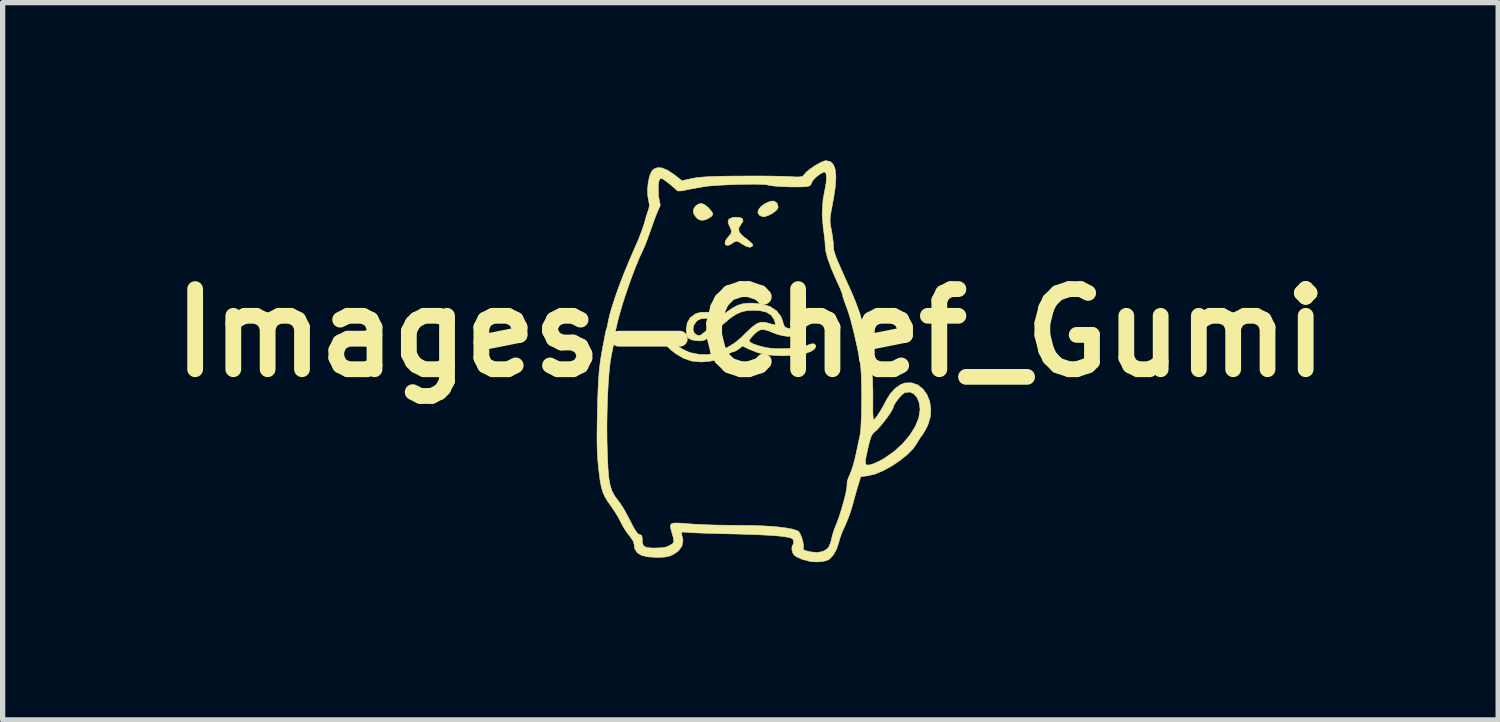
<source format=kicad_pcb>
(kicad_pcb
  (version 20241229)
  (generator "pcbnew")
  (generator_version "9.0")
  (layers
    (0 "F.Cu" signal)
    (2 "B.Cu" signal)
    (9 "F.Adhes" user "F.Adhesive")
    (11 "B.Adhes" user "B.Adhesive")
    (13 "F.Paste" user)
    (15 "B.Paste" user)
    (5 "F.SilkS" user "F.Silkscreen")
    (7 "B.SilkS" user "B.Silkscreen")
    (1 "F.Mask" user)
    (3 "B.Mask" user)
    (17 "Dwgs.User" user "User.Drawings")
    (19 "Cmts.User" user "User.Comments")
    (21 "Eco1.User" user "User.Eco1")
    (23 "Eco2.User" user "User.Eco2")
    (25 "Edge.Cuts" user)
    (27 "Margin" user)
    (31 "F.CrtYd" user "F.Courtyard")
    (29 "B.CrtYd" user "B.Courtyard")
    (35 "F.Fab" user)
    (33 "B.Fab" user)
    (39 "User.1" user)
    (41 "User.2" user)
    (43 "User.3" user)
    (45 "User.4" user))
  (footprint "Images-Chef_Gumi"
    (layer "F.Cu")
    (at 11.22 3.282)
    (property "Reference" "Images-Chef_Gumi" (at 0 0 0) (layer "F.SilkS") (effects (font (size 1.524 1.524) (thickness 0.3))))
    (attr through_hole)
    (fp_poly (pts (xy 0.5 -2.473) (xy 0.513 -2.451) (xy 0.528 -2.396) (xy 0.507 -2.35) (xy 0.493 -2.333) (xy 0.432 -2.284) (xy 0.351 -2.24) (xy 0.274 -2.213) (xy 0.247 -2.21) (xy 0.2 -2.224) (xy 0.168 -2.243) (xy 0.141 -2.288) (xy 0.155 -2.347) (xy 0.206 -2.409) (xy 0.279 -2.461) (xy 0.379 -2.505) (xy 0.451 -2.509) (xy 0.5 -2.473)) (stroke (width 0.01) (type solid)) (fill yes) (layer "F.SilkS"))
    (fp_poly (pts (xy -0.909 -2.457) (xy -0.872 -2.438) (xy -0.808 -2.39) (xy -0.753 -2.33) (xy -0.719 -2.281) (xy -0.716 -2.251) (xy -0.742 -2.219) (xy -0.75 -2.211) (xy -0.811 -2.171) (xy -0.883 -2.147) (xy -0.952 -2.145) (xy -1.009 -2.176) (xy -1.031 -2.197) (xy -1.081 -2.274) (xy -1.084 -2.349) (xy -1.042 -2.415) (xy -1.01 -2.438) (xy -0.954 -2.462) (xy -0.909 -2.457)) (stroke (width 0.01) (type solid)) (fill yes) (layer "F.SilkS"))
    (fp_poly (pts (xy -0.195 -2.195) (xy -0.146 -2.168) (xy -0.142 -2.123) (xy -0.174 -2.074) (xy -0.221 -1.999) (xy -0.217 -1.927) (xy -0.163 -1.859) (xy -0.152 -1.85) (xy -0.057 -1.776) (xy 0.003 -1.726) (xy 0.035 -1.694) (xy 0.046 -1.672) (xy 0.041 -1.655) (xy -0.003 -1.629) (xy -0.073 -1.644) (xy -0.152 -1.689) (xy -0.219 -1.732) (xy -0.263 -1.747) (xy -0.303 -1.734) (xy -0.354 -1.699) (xy -0.42 -1.666) (xy -0.465 -1.671) (xy -0.484 -1.706) (xy -0.472 -1.76) (xy -0.424 -1.824) (xy -0.419 -1.829) (xy -0.37 -1.887) (xy -0.36 -1.943) (xy -0.387 -2.013) (xy -0.4 -2.035) (xy -0.427 -2.11) (xy -0.409 -2.163) (xy -0.346 -2.194) (xy -0.285 -2.202) (xy -0.195 -2.195)) (stroke (width 0.01) (type solid)) (fill yes) (layer "F.SilkS"))
    (fp_poly (pts (xy 0.217 -0.551) (xy 0.374 -0.502) (xy 0.497 -0.421) (xy 0.581 -0.311) (xy 0.613 -0.225) (xy 0.635 -0.151) (xy 0.66 -0.111) (xy 0.702 -0.093) (xy 0.744 -0.085) (xy 0.824 -0.06) (xy 0.858 -0.022) (xy 0.845 0.028) (xy 0.838 0.039) (xy 0.79 0.061) (xy 0.71 0.064) (xy 0.609 0.051) (xy 0.502 0.022) (xy 0.445 -0.00039) (xy 0.331 -0.046) (xy 0.249 -0.066) (xy 0.185 -0.059) (xy 0.126 -0.025) (xy 0.076 0.019) (xy 0.02 0.079) (xy -0.017 0.128) (xy -0.025 0.148) (xy -0.001 0.18) (xy 0.068 0.214) (xy 0.176 0.249) (xy 0.297 0.278) (xy 0.403 0.293) (xy 0.534 0.299) (xy 0.677 0.297) (xy 0.816 0.289) (xy 0.94 0.274) (xy 1.034 0.254) (xy 1.068 0.241) (xy 1.153 0.208) (xy 1.214 0.207) (xy 1.243 0.238) (xy 1.245 0.253) (xy 1.221 0.303) (xy 1.154 0.348) (xy 1.054 0.386) (xy 0.929 0.412) (xy 0.889 0.417) (xy 0.608 0.434) (xy 0.363 0.42) (xy 0.147 0.376) (xy -0.043 0.301) (xy -0.149 0.248) (xy -0.218 0.302) (xy -0.275 0.339) (xy -0.321 0.356) (xy -0.323 0.356) (xy -0.368 0.37) (xy -0.428 0.404) (xy -0.437 0.41) (xy -0.58 0.486) (xy -0.751 0.534) (xy -0.933 0.551) (xy -1.107 0.535) (xy -1.125 0.531) (xy -1.27 0.481) (xy -1.412 0.398) (xy -1.493 0.337) (xy -1.598 0.241) (xy -1.655 0.162) (xy -1.664 0.098) (xy -1.662 0.092) (xy -1.629 0.055) (xy -1.584 0.062) (xy -1.536 0.113) (xy -1.534 0.115) (xy -1.475 0.179) (xy -1.385 0.248) (xy -1.281 0.313) (xy -1.178 0.361) (xy -1.13 0.377) (xy -0.957 0.41) (xy -0.804 0.411) (xy -0.656 0.376) (xy -0.496 0.305) (xy -0.462 0.287) (xy -0.376 0.238) (xy -0.309 0.196) (xy -0.248 0.15) (xy -0.181 0.091) (xy -0.096 0.009) (xy -0.06 -0.026) (xy 0.042 -0.12) (xy 0.124 -0.178) (xy 0.199 -0.205) (xy 0.278 -0.203) (xy 0.372 -0.177) (xy 0.379 -0.175) (xy 0.437 -0.159) (xy 0.471 -0.158) (xy 0.473 -0.159) (xy 0.472 -0.189) (xy 0.455 -0.245) (xy 0.448 -0.263) (xy 0.393 -0.342) (xy 0.306 -0.396) (xy 0.18 -0.425) (xy 0.046 -0.432) (xy -0.066 -0.425) (xy -0.168 -0.403) (xy -0.267 -0.359) (xy -0.373 -0.29) (xy -0.493 -0.191) (xy -0.624 -0.07) (xy -0.724 0.024) (xy -0.798 0.089) (xy -0.856 0.127) (xy -0.908 0.146) (xy -0.963 0.15) (xy -1.017 0.147) (xy -1.12 0.13) (xy -1.181 0.097) (xy -1.211 0.039) (xy -1.219 -0.056) (xy -1.219 -0.063) (xy -1.219 -0.067) (xy -1.091 -0.067) (xy -1.07 -0.002) (xy -1.017 0.041) (xy -0.969 0.05) (xy -0.936 0.034) (xy -0.878 -0.01) (xy -0.808 -0.073) (xy -0.792 -0.089) (xy -0.715 -0.169) (xy -0.68 -0.224) (xy -0.688 -0.257) (xy -0.741 -0.274) (xy -0.84 -0.279) (xy -0.846 -0.279) (xy -0.934 -0.272) (xy -0.996 -0.246) (xy -1.03 -0.217) (xy -1.079 -0.143) (xy -1.091 -0.067) (xy -1.219 -0.067) (xy -1.201 -0.193) (xy -1.143 -0.292) (xy -1.045 -0.362) (xy -1.022 -0.373) (xy -0.936 -0.393) (xy -0.829 -0.395) (xy -0.723 -0.382) (xy -0.638 -0.355) (xy -0.617 -0.342) (xy -0.585 -0.327) (xy -0.548 -0.334) (xy -0.492 -0.368) (xy -0.458 -0.393) (xy -0.34 -0.473) (xy -0.244 -0.525) (xy -0.153 -0.554) (xy -0.05 -0.566) (xy 0.028 -0.568) (xy 0.217 -0.551)) (stroke (width 0.01) (type solid)) (fill yes) (layer "F.SilkS"))
    (fp_poly (pts (xy 1.52 -3.258) (xy 1.578 -3.202) (xy 1.613 -3.107) (xy 1.626 -2.971) (xy 1.616 -2.793) (xy 1.583 -2.572) (xy 1.563 -2.465) (xy 1.538 -2.333) (xy 1.522 -2.238) (xy 1.515 -2.165) (xy 1.516 -2.1) (xy 1.526 -2.03) (xy 1.542 -1.946) (xy 1.561 -1.836) (xy 1.574 -1.732) (xy 1.579 -1.655) (xy 1.579 -1.646) (xy 1.588 -1.565) (xy 1.624 -1.45) (xy 1.686 -1.303) (xy 1.745 -1.17) (xy 1.815 -1.014) (xy 1.885 -0.859) (xy 1.923 -0.775) (xy 1.98 -0.64) (xy 2.035 -0.498) (xy 2.081 -0.368) (xy 2.103 -0.292) (xy 2.177 -0.008) (xy 2.233 0.241) (xy 2.275 0.466) (xy 2.304 0.677) (xy 2.322 0.888) (xy 2.329 1.11) (xy 2.329 1.327) (xy 2.328 1.449) (xy 2.33 1.549) (xy 2.335 1.62) (xy 2.341 1.65) (xy 2.342 1.651) (xy 2.369 1.63) (xy 2.412 1.575) (xy 2.464 1.496) (xy 2.519 1.403) (xy 2.569 1.308) (xy 2.58 1.286) (xy 2.656 1.161) (xy 2.751 1.056) (xy 2.855 0.981) (xy 2.94 0.95) (xy 3.069 0.948) (xy 3.184 0.989) (xy 3.281 1.066) (xy 3.357 1.171) (xy 3.408 1.299) (xy 3.431 1.441) (xy 3.422 1.591) (xy 3.377 1.742) (xy 3.36 1.779) (xy 3.318 1.86) (xy 3.279 1.924) (xy 3.258 1.952) (xy 3.225 1.996) (xy 3.185 2.063) (xy 3.175 2.082) (xy 3.098 2.194) (xy 2.983 2.312) (xy 2.84 2.427) (xy 2.682 2.533) (xy 2.519 2.621) (xy 2.363 2.685) (xy 2.224 2.717) (xy 2.224 2.717) (xy 2.098 2.731) (xy 2.052 2.883) (xy 2.023 2.979) (xy 1.988 3.103) (xy 1.953 3.231) (xy 1.942 3.271) (xy 1.903 3.401) (xy 1.855 3.535) (xy 1.806 3.651) (xy 1.794 3.678) (xy 1.745 3.785) (xy 1.703 3.899) (xy 1.679 3.986) (xy 1.641 4.104) (xy 1.583 4.211) (xy 1.515 4.29) (xy 1.479 4.315) (xy 1.396 4.341) (xy 1.287 4.353) (xy 1.175 4.35) (xy 1.13 4.343) (xy 0.982 4.303) (xy 0.872 4.253) (xy 0.832 4.223) (xy 0.802 4.175) (xy 0.788 4.111) (xy 0.793 4.053) (xy 0.809 4.028) (xy 0.822 3.996) (xy 0.82 3.955) (xy 0.81 3.926) (xy 0.787 3.905) (xy 0.739 3.89) (xy 0.658 3.875) (xy 0.588 3.866) (xy 0.502 3.857) (xy 0.374 3.848) (xy 0.215 3.84) (xy 0.035 3.832) (xy -0.157 3.826) (xy -0.305 3.822) (xy -0.496 3.818) (xy -0.679 3.813) (xy -0.847 3.808) (xy -0.989 3.803) (xy -1.097 3.798) (xy -1.153 3.794) (xy -1.245 3.787) (xy -1.295 3.787) (xy -1.314 3.797) (xy -1.312 3.818) (xy -1.308 3.826) (xy -1.282 3.945) (xy -1.303 4.053) (xy -1.372 4.147) (xy -1.471 4.215) (xy -1.546 4.245) (xy -1.635 4.262) (xy -1.756 4.267) (xy -1.778 4.267) (xy -1.946 4.258) (xy -2.07 4.229) (xy -2.153 4.178) (xy -2.199 4.104) (xy -2.21 4.024) (xy -2.231 3.954) (xy -2.289 3.869) (xy -2.302 3.854) (xy -2.365 3.771) (xy -2.428 3.669) (xy -2.458 3.61) (xy -2.506 3.517) (xy -2.572 3.407) (xy -2.642 3.303) (xy -2.645 3.299) (xy -2.716 3.199) (xy -2.768 3.112) (xy -2.807 3.025) (xy -2.835 2.927) (xy -2.858 2.807) (xy -2.878 2.651) (xy -2.886 2.584) (xy -2.899 2.455) (xy -2.909 2.326) (xy -2.914 2.19) (xy -2.917 2.037) (xy -2.916 1.857) (xy -2.915 1.769) (xy -2.729 1.769) (xy -2.727 2.05) (xy -2.72 2.325) (xy -2.708 2.578) (xy -2.693 2.754) (xy -2.669 2.891) (xy -2.634 3.002) (xy -2.582 3.099) (xy -2.529 3.17) (xy -2.475 3.242) (xy -2.422 3.323) (xy -2.365 3.423) (xy -2.296 3.555) (xy -2.266 3.613) (xy -2.206 3.726) (xy -2.16 3.796) (xy -2.124 3.83) (xy -2.106 3.835) (xy -2.073 3.845) (xy -2.059 3.884) (xy -2.057 3.932) (xy -2.052 4.004) (xy -2.028 4.051) (xy -1.978 4.077) (xy -1.893 4.088) (xy -1.805 4.089) (xy -1.688 4.085) (xy -1.605 4.071) (xy -1.54 4.044) (xy -1.528 4.037) (xy -1.485 4.01) (xy -1.462 3.984) (xy -1.456 3.948) (xy -1.467 3.889) (xy -1.493 3.797) (xy -1.502 3.766) (xy -1.519 3.7) (xy -1.52 3.654) (xy -1.498 3.627) (xy -1.447 3.614) (xy -1.361 3.614) (xy -1.233 3.623) (xy -1.172 3.629) (xy -1.056 3.637) (xy -0.901 3.645) (xy -0.72 3.651) (xy -0.525 3.655) (xy -0.329 3.657) (xy -0.255 3.658) (xy 0.028 3.661) (xy 0.278 3.67) (xy 0.494 3.685) (xy 0.67 3.706) (xy 0.804 3.731) (xy 0.893 3.761) (xy 0.919 3.778) (xy 0.948 3.822) (xy 0.977 3.893) (xy 0.999 3.974) (xy 1.01 4.044) (xy 1.005 4.086) (xy 1.003 4.113) (xy 1.037 4.135) (xy 1.113 4.156) (xy 1.149 4.163) (xy 1.278 4.175) (xy 1.383 4.152) (xy 1.447 4.116) (xy 1.496 4.062) (xy 1.529 3.973) (xy 1.538 3.935) (xy 1.562 3.837) (xy 1.591 3.745) (xy 1.605 3.708) (xy 1.649 3.599) (xy 1.695 3.471) (xy 1.738 3.332) (xy 1.777 3.195) (xy 1.809 3.069) (xy 1.83 2.965) (xy 1.838 2.892) (xy 1.837 2.872) (xy 1.841 2.824) (xy 1.864 2.752) (xy 1.887 2.702) (xy 1.919 2.623) (xy 1.955 2.512) (xy 1.967 2.466) (xy 2.186 2.466) (xy 2.195 2.499) (xy 2.22 2.511) (xy 2.261 2.509) (xy 2.276 2.506) (xy 2.342 2.486) (xy 2.433 2.446) (xy 2.531 2.393) (xy 2.549 2.382) (xy 2.732 2.254) (xy 2.895 2.106) (xy 3.03 1.946) (xy 3.134 1.78) (xy 3.201 1.617) (xy 3.226 1.462) (xy 3.226 1.458) (xy 3.211 1.331) (xy 3.17 1.229) (xy 3.108 1.157) (xy 3.032 1.123) (xy 2.948 1.131) (xy 2.922 1.143) (xy 2.876 1.179) (xy 2.822 1.24) (xy 2.769 1.309) (xy 2.731 1.372) (xy 2.718 1.41) (xy 2.702 1.45) (xy 2.662 1.518) (xy 2.604 1.602) (xy 2.537 1.69) (xy 2.47 1.772) (xy 2.411 1.837) (xy 2.38 1.865) (xy 2.338 1.901) (xy 2.308 1.943) (xy 2.283 2.003) (xy 2.258 2.093) (xy 2.24 2.17) (xy 2.208 2.309) (xy 2.19 2.405) (xy 2.186 2.466) (xy 1.967 2.466) (xy 1.989 2.386) (xy 2.006 2.311) (xy 2.032 2.187) (xy 2.057 2.068) (xy 2.078 1.972) (xy 2.087 1.93) (xy 2.096 1.862) (xy 2.103 1.753) (xy 2.109 1.613) (xy 2.113 1.453) (xy 2.115 1.281) (xy 2.115 1.109) (xy 2.112 0.945) (xy 2.108 0.801) (xy 2.101 0.686) (xy 2.099 0.66) (xy 2.086 0.558) (xy 2.063 0.425) (xy 2.033 0.278) (xy 2.005 0.152) (xy 1.965 -0.019) (xy 1.932 -0.15) (xy 1.906 -0.252) (xy 1.882 -0.334) (xy 1.858 -0.407) (xy 1.832 -0.48) (xy 1.814 -0.528) (xy 1.783 -0.614) (xy 1.76 -0.684) (xy 1.753 -0.721) (xy 1.742 -0.757) (xy 1.715 -0.827) (xy 1.674 -0.921) (xy 1.635 -1.005) (xy 1.539 -1.225) (xy 1.472 -1.407) (xy 1.433 -1.555) (xy 1.422 -1.661) (xy 1.418 -1.734) (xy 1.407 -1.839) (xy 1.391 -1.956) (xy 1.385 -1.994) (xy 1.364 -2.256) (xy 1.381 -2.535) (xy 1.422 -2.756) (xy 1.44 -2.858) (xy 1.446 -2.953) (xy 1.44 -3.025) (xy 1.421 -3.061) (xy 1.386 -3.057) (xy 1.33 -3.026) (xy 1.267 -2.98) (xy 1.211 -2.928) (xy 1.175 -2.883) (xy 1.169 -2.865) (xy 1.148 -2.819) (xy 1.119 -2.795) (xy 1.073 -2.785) (xy 0.989 -2.779) (xy 0.877 -2.777) (xy 0.751 -2.778) (xy 0.622 -2.783) (xy 0.501 -2.79) (xy 0.402 -2.8) (xy 0.335 -2.812) (xy 0.325 -2.816) (xy 0.277 -2.823) (xy 0.189 -2.828) (xy 0.068 -2.829) (xy -0.075 -2.828) (xy -0.232 -2.825) (xy -0.393 -2.819) (xy -0.548 -2.812) (xy -0.689 -2.803) (xy -0.807 -2.793) (xy -0.889 -2.782) (xy -0.95 -2.771) (xy -1.037 -2.755) (xy -1.092 -2.745) (xy -1.186 -2.728) (xy -1.271 -2.71) (xy -1.306 -2.703) (xy -1.376 -2.7) (xy -1.408 -2.72) (xy -1.444 -2.756) (xy -1.506 -2.809) (xy -1.578 -2.866) (xy -1.644 -2.914) (xy -1.673 -2.932) (xy -1.714 -2.933) (xy -1.73 -2.918) (xy -1.744 -2.868) (xy -1.751 -2.786) (xy -1.751 -2.688) (xy -1.745 -2.593) (xy -1.732 -2.517) (xy -1.727 -2.5) (xy -1.714 -2.431) (xy -1.735 -2.378) (xy -1.756 -2.334) (xy -1.789 -2.253) (xy -1.83 -2.146) (xy -1.873 -2.024) (xy -1.879 -2.007) (xy -1.925 -1.878) (xy -1.969 -1.758) (xy -2.007 -1.66) (xy -2.035 -1.596) (xy -2.037 -1.593) (xy -2.108 -1.439) (xy -2.184 -1.256) (xy -2.261 -1.054) (xy -2.336 -0.842) (xy -2.407 -0.63) (xy -2.469 -0.426) (xy -2.52 -0.24) (xy -2.557 -0.082) (xy -2.577 0.041) (xy -2.578 0.05) (xy -2.588 0.127) (xy -2.606 0.235) (xy -2.63 0.355) (xy -2.641 0.406) (xy -2.666 0.554) (xy -2.687 0.745) (xy -2.704 0.969) (xy -2.717 1.221) (xy -2.725 1.49) (xy -2.729 1.769) (xy -2.915 1.769) (xy -2.913 1.64) (xy -2.91 1.511) (xy -2.904 1.269) (xy -2.897 1.068) (xy -2.888 0.9) (xy -2.878 0.756) (xy -2.865 0.626) (xy -2.848 0.501) (xy -2.827 0.372) (xy -2.805 0.254) (xy -2.786 0.155) (xy -2.77 0.07) (xy -2.76 0.016) (xy -2.76 0.013) (xy -2.745 -0.05) (xy -2.736 -0.076) (xy -2.721 -0.129) (xy -2.709 -0.191) (xy -2.683 -0.316) (xy -2.638 -0.479) (xy -2.575 -0.673) (xy -2.498 -0.89) (xy -2.409 -1.121) (xy -2.311 -1.36) (xy -2.207 -1.6) (xy -2.183 -1.654) (xy -2.126 -1.785) (xy -2.073 -1.924) (xy -2.029 -2.049) (xy -2.009 -2.116) (xy -1.982 -2.215) (xy -1.955 -2.299) (xy -1.935 -2.353) (xy -1.933 -2.358) (xy -1.92 -2.434) (xy -1.931 -2.492) (xy -1.952 -2.608) (xy -1.956 -2.737) (xy -1.943 -2.866) (xy -1.917 -2.981) (xy -1.88 -3.07) (xy -1.839 -3.115) (xy -1.765 -3.144) (xy -1.679 -3.138) (xy -1.575 -3.094) (xy -1.45 -3.011) (xy -1.39 -2.965) (xy -1.302 -2.895) (xy -1.115 -2.937) (xy -1.04 -2.951) (xy -0.951 -2.961) (xy -0.839 -2.97) (xy -0.699 -2.976) (xy -0.524 -2.981) (xy -0.306 -2.984) (xy -0.229 -2.984) (xy -0.029 -2.985) (xy 0.169 -2.985) (xy 0.355 -2.984) (xy 0.519 -2.981) (xy 0.65 -2.978) (xy 0.728 -2.975) (xy 0.847 -2.968) (xy 0.925 -2.968) (xy 0.973 -2.973) (xy 1 -2.987) (xy 1.014 -3.003) (xy 1.063 -3.059) (xy 1.141 -3.122) (xy 1.233 -3.185) (xy 1.325 -3.237) (xy 1.402 -3.27) (xy 1.438 -3.277) (xy 1.52 -3.258)) (stroke (width 0.01) (type solid)) (fill yes) (layer "F.SilkS")))
  (gr_rect
    (start -3 -3)
    (end 25.439 10.64)
    (stroke (width 0.1) (type default))
    (fill no)
    (layer "Edge.Cuts")))
</source>
